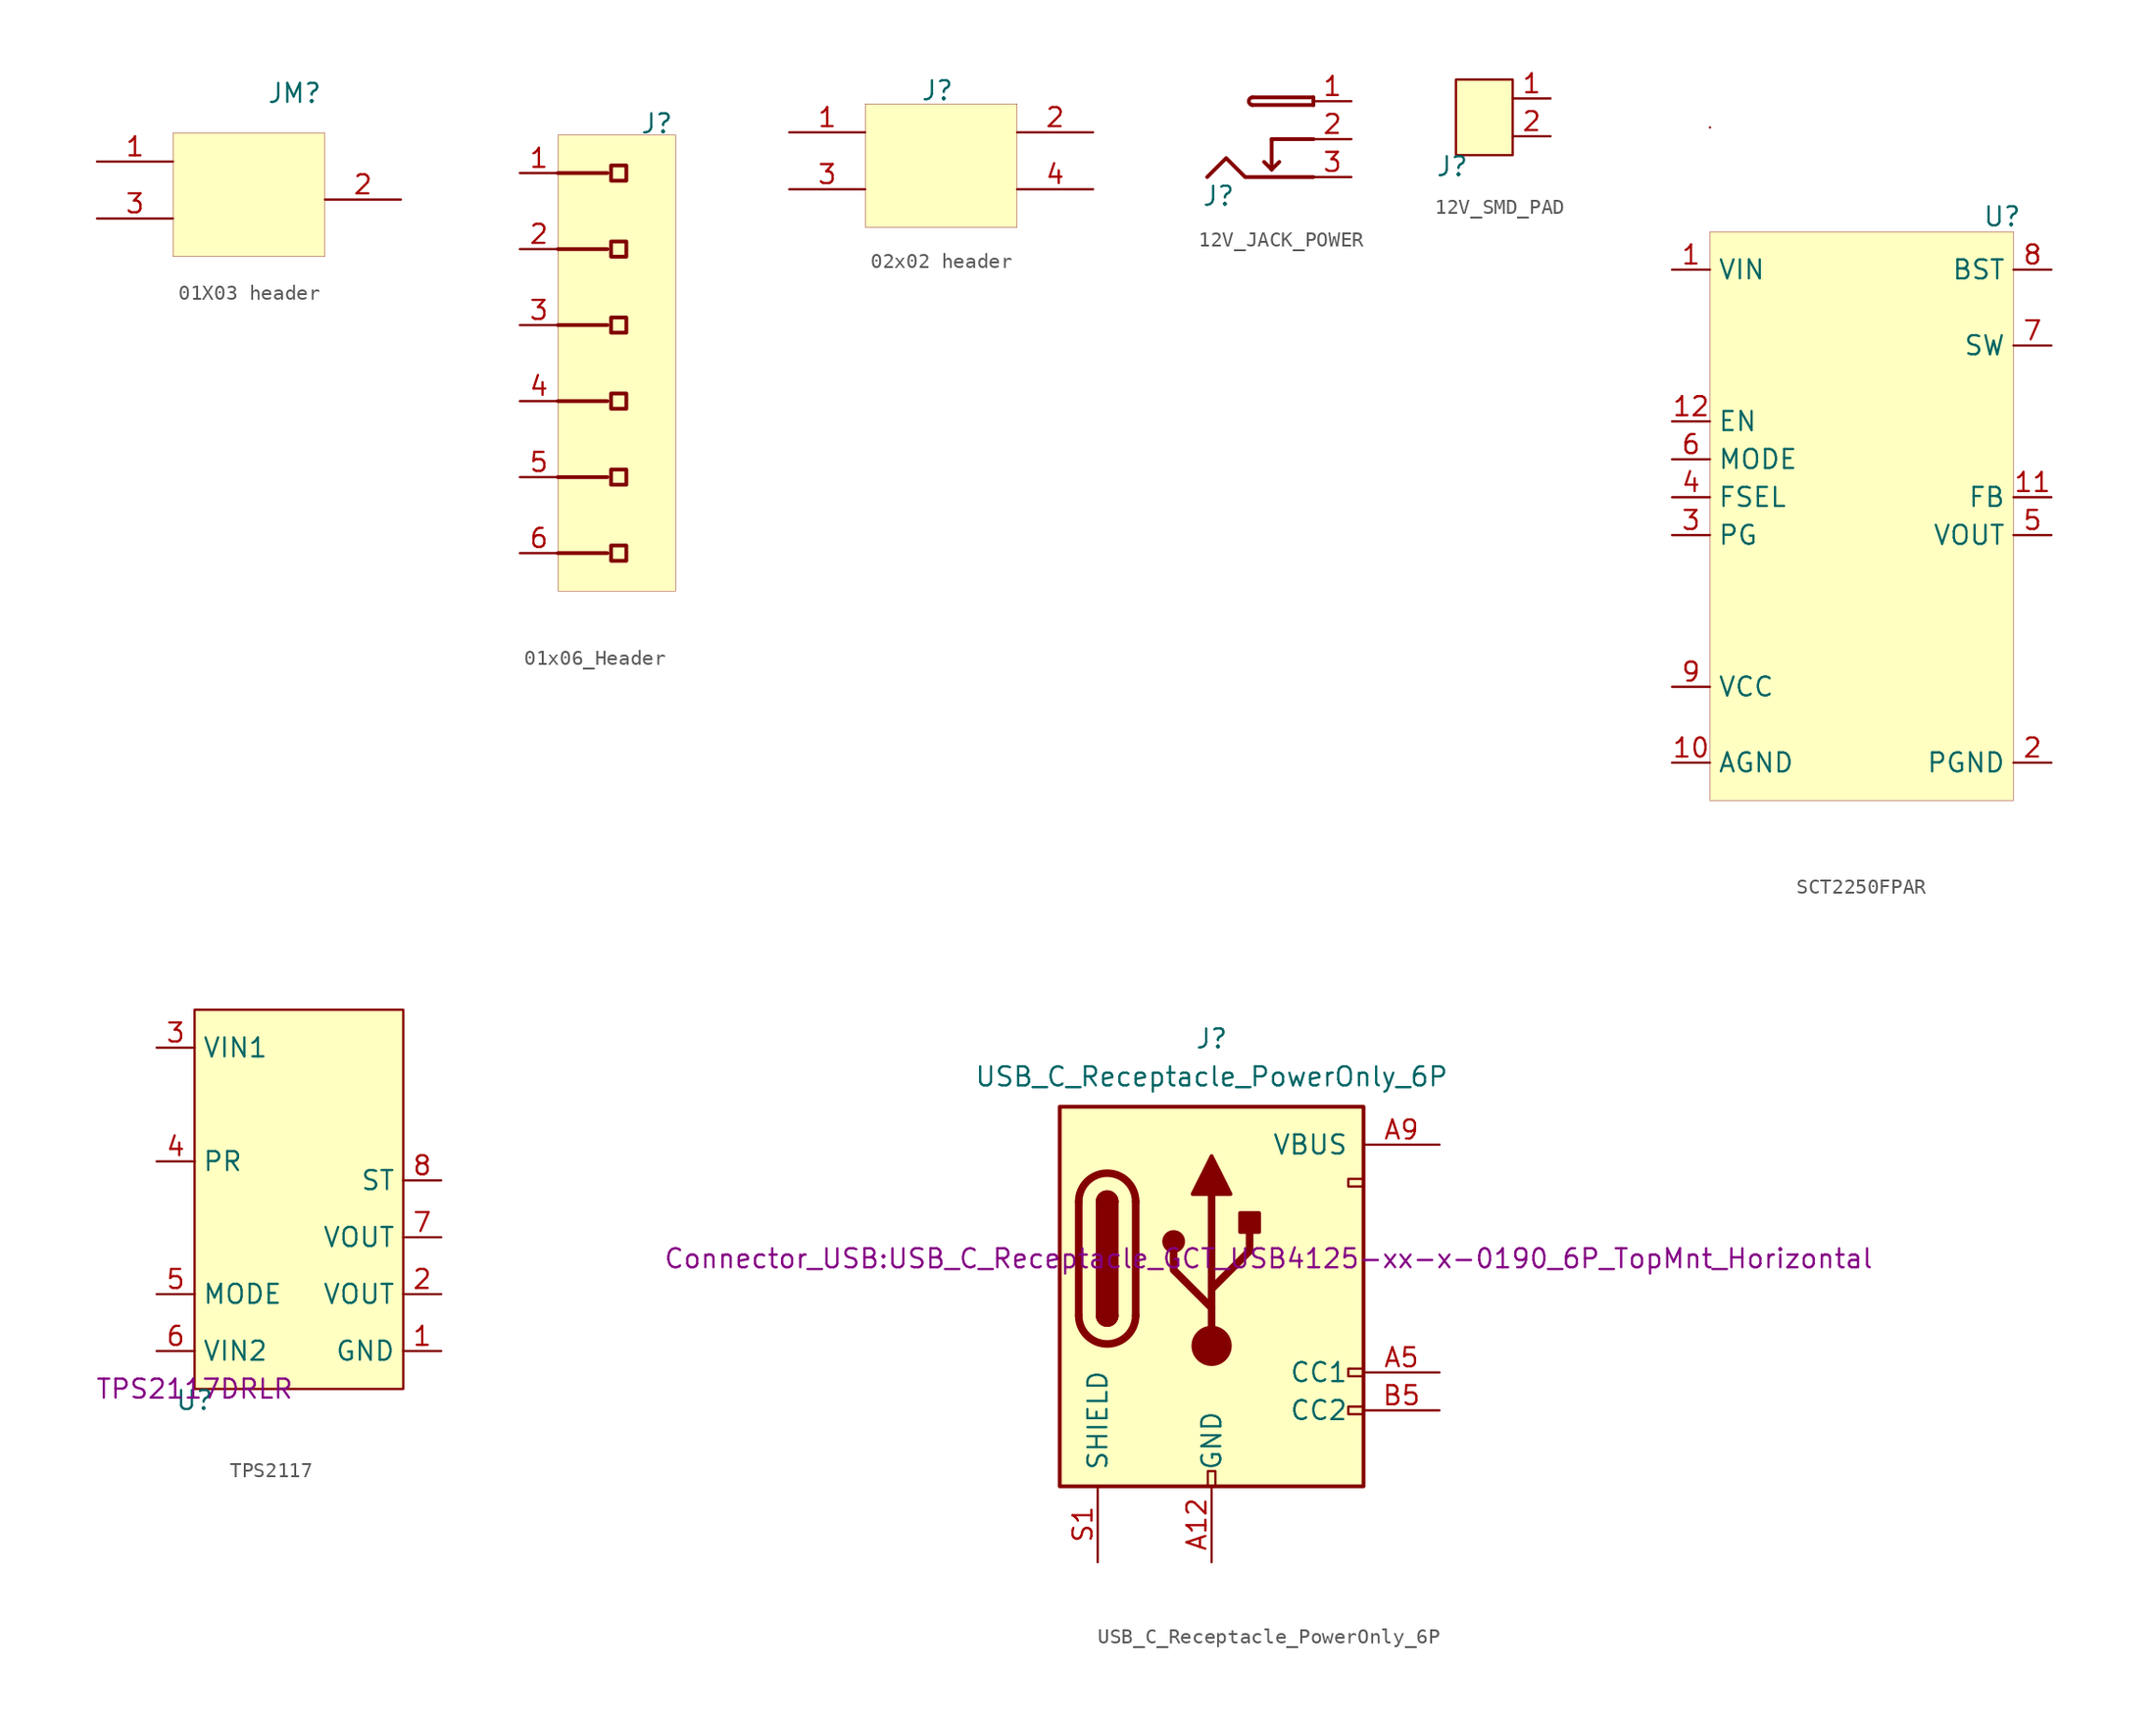
<source format=kicad_sym>
(kicad_symbol_lib
  (version 20231120)
  (generator "kicad_symbol_editor")
  (generator_version "8.0")
  (symbol "01X03 header"
    (property "Reference" "JM"
      (at 8.128 10.922 0)
      (effects (font (size 1.27 1.27))))
    (property "Value" ""
      (at 0 0 0)
      (effects (font (size 1.27 1.27))))
    (symbol "01X03 header_1_0"
      (rectangle (start 0 8.255) (end 10.16 0) (stroke (width 0.025) (type solid) (color 128 0 0 1)) (fill (type background)))
      (pin passive line (at -5.08 6.35 0) (length 5.08) (name "1" (effects (font (size 0 0)))) (number "1" (effects (font (size 1.27 1.27)))))
      (pin passive line (at 15.24 3.81 180) (length 5.08) (name "2" (effects (font (size 0 0)))) (number "2" (effects (font (size 1.27 1.27)))))
      (pin passive line (at -5.08 2.54 0) (length 5.08) (name "3" (effects (font (size 0 0)))) (number "3" (effects (font (size 1.27 1.27)))))))
  (symbol "01x06_Header"
    (property "Reference" "J"
      (at 6.604 31.242 0)
      (effects (font (size 1.27 1.27))))
    (property "Value" ""
      (at 0 0 0)
      (effects (font (size 1.27 1.27))))
    (symbol "01x06_Header_1_0"
      (polyline (pts (xy 0 2.54) (xy 3.302 2.54)) (stroke (width 0.254) (type solid)) (fill (type none)))
      (polyline (pts (xy 0 7.62) (xy 3.302 7.62)) (stroke (width 0.254) (type solid)) (fill (type none)))
      (polyline (pts (xy 0 12.7) (xy 3.302 12.7)) (stroke (width 0.254) (type solid)) (fill (type none)))
      (polyline (pts (xy 0 17.78) (xy 3.302 17.78)) (stroke (width 0.254) (type solid)) (fill (type none)))
      (polyline (pts (xy 0 22.86) (xy 3.302 22.86)) (stroke (width 0.254) (type solid)) (fill (type none)))
      (polyline (pts (xy 0 27.94) (xy 3.302 27.94)) (stroke (width 0.254) (type solid)) (fill (type none)))
      (rectangle (start 0 30.48) (end 7.874 0) (stroke (width 0.025) (type solid) (color 128 0 0 1)) (fill (type background)))
      (rectangle (start 4.572 3.048) (end 3.556 2.032) (stroke (width 0.254) (type solid) (color 128 0 0 1)) (fill (type background)))
      (rectangle (start 4.572 8.128) (end 3.556 7.112) (stroke (width 0.254) (type solid) (color 128 0 0 1)) (fill (type background)))
      (rectangle (start 4.572 13.208) (end 3.556 12.192) (stroke (width 0.254) (type solid) (color 128 0 0 1)) (fill (type background)))
      (rectangle (start 4.572 18.288) (end 3.556 17.272) (stroke (width 0.254) (type solid) (color 128 0 0 1)) (fill (type background)))
      (rectangle (start 4.572 23.368) (end 3.556 22.352) (stroke (width 0.254) (type solid) (color 128 0 0 1)) (fill (type background)))
      (rectangle (start 4.572 28.448) (end 3.556 27.432) (stroke (width 0.254) (type solid) (color 128 0 0 1)) (fill (type background)))
      (pin passive line (at -2.54 27.94 0) (length 2.54) (name "1" (effects (font (size 0 0)))) (number "1" (effects (font (size 1.27 1.27)))))
      (pin passive line (at -2.54 22.86 0) (length 2.54) (name "2" (effects (font (size 0 0)))) (number "2" (effects (font (size 1.27 1.27)))))
      (pin passive line (at -2.54 17.78 0) (length 2.54) (name "3" (effects (font (size 0 0)))) (number "3" (effects (font (size 1.27 1.27)))))
      (pin passive line (at -2.54 12.7 0) (length 2.54) (name "4" (effects (font (size 0 0)))) (number "4" (effects (font (size 1.27 1.27)))))
      (pin passive line (at -2.54 7.62 0) (length 2.54) (name "4" (effects (font (size 0 0)))) (number "5" (effects (font (size 1.27 1.27)))))
      (pin passive line (at -2.54 2.54 0) (length 2.54) (name "6" (effects (font (size 0 0)))) (number "6" (effects (font (size 1.27 1.27)))))))
  (symbol "02x02 header"
    (property "Reference" "J"
      (at 4.826 9.144 0)
      (effects (font (size 1.27 1.27))))
    (property "Value" ""
      (at 0 0 0)
      (effects (font (size 1.27 1.27))))
    (symbol "02x02 header_1_0"
      (rectangle (start 0 8.255) (end 10.16 0) (stroke (width 0.025) (type solid) (color 128 0 0 1)) (fill (type background)))
      (pin passive line (at -5.08 6.35 0) (length 5.08) (name "1" (effects (font (size 0 0)))) (number "1" (effects (font (size 1.27 1.27)))))
      (pin passive line (at 15.24 6.35 180) (length 5.08) (name "2" (effects (font (size 0 0)))) (number "2" (effects (font (size 1.27 1.27)))))
      (pin passive line (at -5.08 2.54 0) (length 5.08) (name "3" (effects (font (size 0 0)))) (number "3" (effects (font (size 1.27 1.27)))))
      (pin passive line (at 15.24 2.54 180) (length 5.08) (name "3" (effects (font (size 0 0)))) (number "4" (effects (font (size 1.27 1.27)))))))
  (symbol "12V_JACK_POWER"
    (property "Reference" "J"
      (at 0 -1.27 0)
      (effects (font (size 1.27 1.27))))
    (property "Value" ""
      (at 0 0 0)
      (effects (font (size 1.27 1.27))))
    (symbol "12V_JACK_POWER_1_0"
      (polyline (pts (xy 3.556 0.508) (xy 3.048 1.016)) (stroke (width 0.254) (type solid)) (fill (type none)))
      (polyline (pts (xy 3.556 0.508) (xy 4.064 1.016)) (stroke (width 0.254) (type solid)) (fill (type none)))
      (polyline (pts (xy 3.556 2.54) (xy 3.556 0.508)) (stroke (width 0.254) (type solid)) (fill (type none)))
      (polyline (pts (xy 6.35 2.54) (xy 3.556 2.54)) (stroke (width 0.254) (type solid)) (fill (type none)))
      (polyline (pts (xy 6.35 4.826) (xy 2.286 4.826)) (stroke (width 0.254) (type solid)) (fill (type none)))
      (polyline (pts (xy 6.35 5.334) (xy 2.286 5.334)) (stroke (width 0.254) (type solid)) (fill (type none)))
      (polyline (pts (xy 6.35 5.334) (xy 6.35 4.826)) (stroke (width 0.254) (type solid)) (fill (type none)))
      (polyline (pts (xy 6.35 0) (xy 1.778 0) (xy 0.508 1.27) (xy -0.762 0)) (stroke (width 0.254) (type solid)) (fill (type none)))
      (arc (start 2.2804 5.3399) (mid 2.0262 5.0926) (end 2.2552 4.8219) (stroke (width 0.254) (type solid)) (fill (type none)))
      (pin passive line (at 8.89 5.08 180) (length 2.54) (name "1" (effects (font (size 0 0)))) (number "1" (effects (font (size 1.27 1.27)))))
      (pin passive line (at 8.89 2.54 180) (length 2.54) (name "2" (effects (font (size 0 0)))) (number "2" (effects (font (size 1.27 1.27)))))
      (pin passive line (at 8.89 0 180) (length 2.54) (name "3" (effects (font (size 0 0)))) (number "3" (effects (font (size 1.27 1.27)))))))
  (symbol "12V_SMD_PAD"
    (property "Reference" "J"
      (at -0.254 -0.762 0)
      (effects (font (size 1.27 1.27))))
    (property "Value" ""
      (at 0 0 0)
      (effects (font (size 1.27 1.27))))
    (symbol "12V_SMD_PAD_1_1"
      (rectangle (start 0 5.08) (end 3.81 0) (stroke (width 0) (type default)) (fill (type background)))
      (pin passive line (at 6.35 3.81 180) (length 2.54) (name "" (effects (font (size 1.27 1.27)))) (number "1" (effects (font (size 1.27 1.27)))))
      (pin passive line (at 6.35 1.27 180) (length 2.54) (name "" (effects (font (size 1.27 1.27)))) (number "2" (effects (font (size 1.27 1.27)))))))
  (symbol "SCT2250FPAR"
    (property "Reference" "U"
      (at 19.558 39.116 0)
      (effects (font (size 1.27 1.27))))
    (property "Value" ""
      (at 0 0 0)
      (effects (font (size 1.27 1.27))))
    (symbol "SCT2250FPAR_1_0"
      (rectangle (start 20.32 38.1) (end 0 0) (stroke (width 0.025) (type solid) (color 128 0 0 1)) (fill (type background)))
      (pin passive line (at -2.54 35.56 0) (length 2.54) (name "VIN" (effects (font (size 1.27 1.27)))) (number "1" (effects (font (size 1.27 1.27)))))
      (pin passive line (at -2.54 2.54 0) (length 2.54) (name "AGND" (effects (font (size 1.27 1.27)))) (number "10" (effects (font (size 1.27 1.27)))))
      (pin passive line (at 22.86 20.32 180) (length 2.54) (name "FB" (effects (font (size 1.27 1.27)))) (number "11" (effects (font (size 1.27 1.27)))))
      (pin passive line (at -2.54 25.4 0) (length 2.54) (name "EN" (effects (font (size 1.27 1.27)))) (number "12" (effects (font (size 1.27 1.27)))))
      (pin passive line (at 22.86 2.54 180) (length 2.54) (name "PGND" (effects (font (size 1.27 1.27)))) (number "2" (effects (font (size 1.27 1.27)))))
      (pin passive line (at -2.54 17.78 0) (length 2.54) (name "PG" (effects (font (size 1.27 1.27)))) (number "3" (effects (font (size 1.27 1.27)))))
      (pin passive line (at -2.54 20.32 0) (length 2.54) (name "FSEL" (effects (font (size 1.27 1.27)))) (number "4" (effects (font (size 1.27 1.27)))))
      (pin passive line (at 22.86 17.78 180) (length 2.54) (name "VOUT" (effects (font (size 1.27 1.27)))) (number "5" (effects (font (size 1.27 1.27)))))
      (pin passive line (at -2.54 22.86 0) (length 2.54) (name "MODE" (effects (font (size 1.27 1.27)))) (number "6" (effects (font (size 1.27 1.27)))))
      (pin passive line (at 22.86 30.48 180) (length 2.54) (name "SW" (effects (font (size 1.27 1.27)))) (number "7" (effects (font (size 1.27 1.27)))))
      (pin passive line (at 22.86 35.56 180) (length 2.54) (name "BST" (effects (font (size 1.27 1.27)))) (number "8" (effects (font (size 1.27 1.27)))))
      (pin passive line (at -2.54 7.62 0) (length 2.54) (name "VCC" (effects (font (size 1.27 1.27)))) (number "9" (effects (font (size 1.27 1.27))))))
    (symbol "SCT2250FPAR_1_1"
      (polyline (pts (xy 0 45.085) (xy 0 45.085)) (stroke (width 0) (type default)) (fill (type none)))))
  (symbol "TPS2117"
    (property "Reference" "U"
      (at 0 -0.762 0)
      (effects (font (size 1.27 1.27))))
    (property "Value" ""
      (at 0 0 0)
      (effects (font (size 1.27 1.27))))
    (property "Manufacturer Part Number" "TPS2117DRLR"
      (at 0 0 0)
      (effects (font (size 1.27 1.27))))
    (symbol "TPS2117_1_1"
      (rectangle (start 0 25.4) (end 13.97 0) (stroke (width 0) (type default)) (fill (type background)))
      (pin passive line (at 16.51 2.54 180) (length 2.54) (name "GND" (effects (font (size 1.27 1.27)))) (number "1" (effects (font (size 1.27 1.27)))))
      (pin passive line (at 16.51 6.35 180) (length 2.54) (name "VOUT" (effects (font (size 1.27 1.27)))) (number "2" (effects (font (size 1.27 1.27)))))
      (pin passive line (at -2.54 22.86 0) (length 2.54) (name "VIN1" (effects (font (size 1.27 1.27)))) (number "3" (effects (font (size 1.27 1.27)))))
      (pin passive line (at -2.54 15.24 0) (length 2.54) (name "PR" (effects (font (size 1.27 1.27)))) (number "4" (effects (font (size 1.27 1.27)))))
      (pin passive line (at -2.54 6.35 0) (length 2.54) (name "MODE" (effects (font (size 1.27 1.27)))) (number "5" (effects (font (size 1.27 1.27)))))
      (pin passive line (at -2.54 2.54 0) (length 2.54) (name "VIN2" (effects (font (size 1.27 1.27)))) (number "6" (effects (font (size 1.27 1.27)))))
      (pin passive line (at 16.51 10.16 180) (length 2.54) (name "VOUT" (effects (font (size 1.27 1.27)))) (number "7" (effects (font (size 1.27 1.27)))))
      (pin passive line (at 16.51 13.97 180) (length 2.54) (name "ST" (effects (font (size 1.27 1.27)))) (number "8" (effects (font (size 1.27 1.27)))))))
  (symbol "USB_C_Receptacle_PowerOnly_6P"
    (pin_names
      (offset 1.016))
    (property "Reference" "J"
      (at 0 16.51 0)
      (effects (font (size 1.27 1.27)) (justify bottom)))
    (property "Value" "USB_C_Receptacle_PowerOnly_6P"
      (at 0 13.97 0)
      (effects (font (size 1.27 1.27)) (justify bottom)))
    (property "Footprint" "Connector_USB:USB_C_Receptacle_GCT_USB4125-xx-x-0190_6P_TopMnt_Horizontal"
      (at 3.81 2.54 0)
      (effects (font (size 1.27 1.27))))
    (symbol "USB_C_Receptacle_PowerOnly_6P_0_0"
      (rectangle (start -0.254 -12.7) (end 0.254 -11.684) (stroke (width 0) (type default)) (fill (type none)))
      (rectangle (start 10.16 -7.366) (end 9.144 -7.874) (stroke (width 0) (type default)) (fill (type none)))
      (rectangle (start 10.16 -4.826) (end 9.144 -5.334) (stroke (width 0) (type default)) (fill (type none)))
      (rectangle (start 10.16 7.874) (end 9.144 7.366) (stroke (width 0) (type default)) (fill (type none))))
    (symbol "USB_C_Receptacle_PowerOnly_6P_0_1"
      (rectangle (start -10.16 12.7) (end 10.16 -12.7) (stroke (width 0.254) (type default)) (fill (type background)))
      (arc (start -8.89 -1.27) (mid -6.985 -3.1667) (end -5.08 -1.27) (stroke (width 0.508) (type default)) (fill (type none)))
      (arc (start -7.62 -1.27) (mid -6.985 -1.9023) (end -6.35 -1.27) (stroke (width 0.254) (type default)) (fill (type none)))
      (arc (start -7.62 -1.27) (mid -6.985 -1.9023) (end -6.35 -1.27) (stroke (width 0.254) (type default)) (fill (type outline)))
      (rectangle (start -7.62 -1.27) (end -6.35 6.35) (stroke (width 0.254) (type default)) (fill (type outline)))
      (arc (start -6.35 6.35) (mid -6.985 6.9823) (end -7.62 6.35) (stroke (width 0.254) (type default)) (fill (type none)))
      (arc (start -6.35 6.35) (mid -6.985 6.9823) (end -7.62 6.35) (stroke (width 0.254) (type default)) (fill (type outline)))
      (arc (start -5.08 6.35) (mid -6.985 8.2467) (end -8.89 6.35) (stroke (width 0.508) (type default)) (fill (type none)))
      (circle (center -2.54 3.683) (radius 0.635) (stroke (width 0.254) (type default)) (fill (type outline)))
      (circle (center 0 -3.302) (radius 1.27) (stroke (width 0) (type default)) (fill (type outline)))
      (polyline (pts (xy -8.89 -1.27) (xy -8.89 6.35)) (stroke (width 0.508) (type default)) (fill (type none)))
      (polyline (pts (xy -5.08 6.35) (xy -5.08 -1.27)) (stroke (width 0.508) (type default)) (fill (type none)))
      (polyline (pts (xy 0 -3.302) (xy 0 6.858)) (stroke (width 0.508) (type default)) (fill (type none)))
      (polyline (pts (xy 0 -0.762) (xy -2.54 1.778) (xy -2.54 3.048)) (stroke (width 0.508) (type default)) (fill (type none)))
      (polyline (pts (xy 0 0.508) (xy 2.54 3.048) (xy 2.54 4.318)) (stroke (width 0.508) (type default)) (fill (type none)))
      (polyline (pts (xy -1.27 6.858) (xy 0 9.398) (xy 1.27 6.858) (xy -1.27 6.858)) (stroke (width 0.254) (type default)) (fill (type outline)))
      (rectangle (start 1.905 4.318) (end 3.175 5.588) (stroke (width 0.254) (type default)) (fill (type outline))))
    (symbol "USB_C_Receptacle_PowerOnly_6P_1_1"
      (pin passive line (at 0 -17.78 90) (length 5.08) (name "GND" (effects (font (size 1.27 1.27)))) (number "A12" (effects (font (size 1.27 1.27)))))
      (pin bidirectional line (at 15.24 -5.08 180) (length 5.08) (name "CC1" (effects (font (size 1.27 1.27)))) (number "A5" (effects (font (size 1.27 1.27)))))
      (pin passive line (at 15.24 10.16 180) (length 5.08) (name "VBUS" (effects (font (size 1.27 1.27)))) (number "A9" (effects (font (size 1.27 1.27)))))
      (pin passive line (at 0 -17.78 90) (length 5.08) hide (name "GND" (effects (font (size 1.27 1.27)))) (number "B12" (effects (font (size 1.27 1.27)))))
      (pin bidirectional line (at 15.24 -7.62 180) (length 5.08) (name "CC2" (effects (font (size 1.27 1.27)))) (number "B5" (effects (font (size 1.27 1.27)))))
      (pin passive line (at 15.24 7.62 180) (length 5.08) hide (name "VBUS" (effects (font (size 1.27 1.27)))) (number "B9" (effects (font (size 1.27 1.27)))))
      (pin passive line (at -7.62 -17.78 90) (length 5.08) (name "SHIELD" (effects (font (size 1.27 1.27)))) (number "S1" (effects (font (size 1.27 1.27))))))))
</source>
